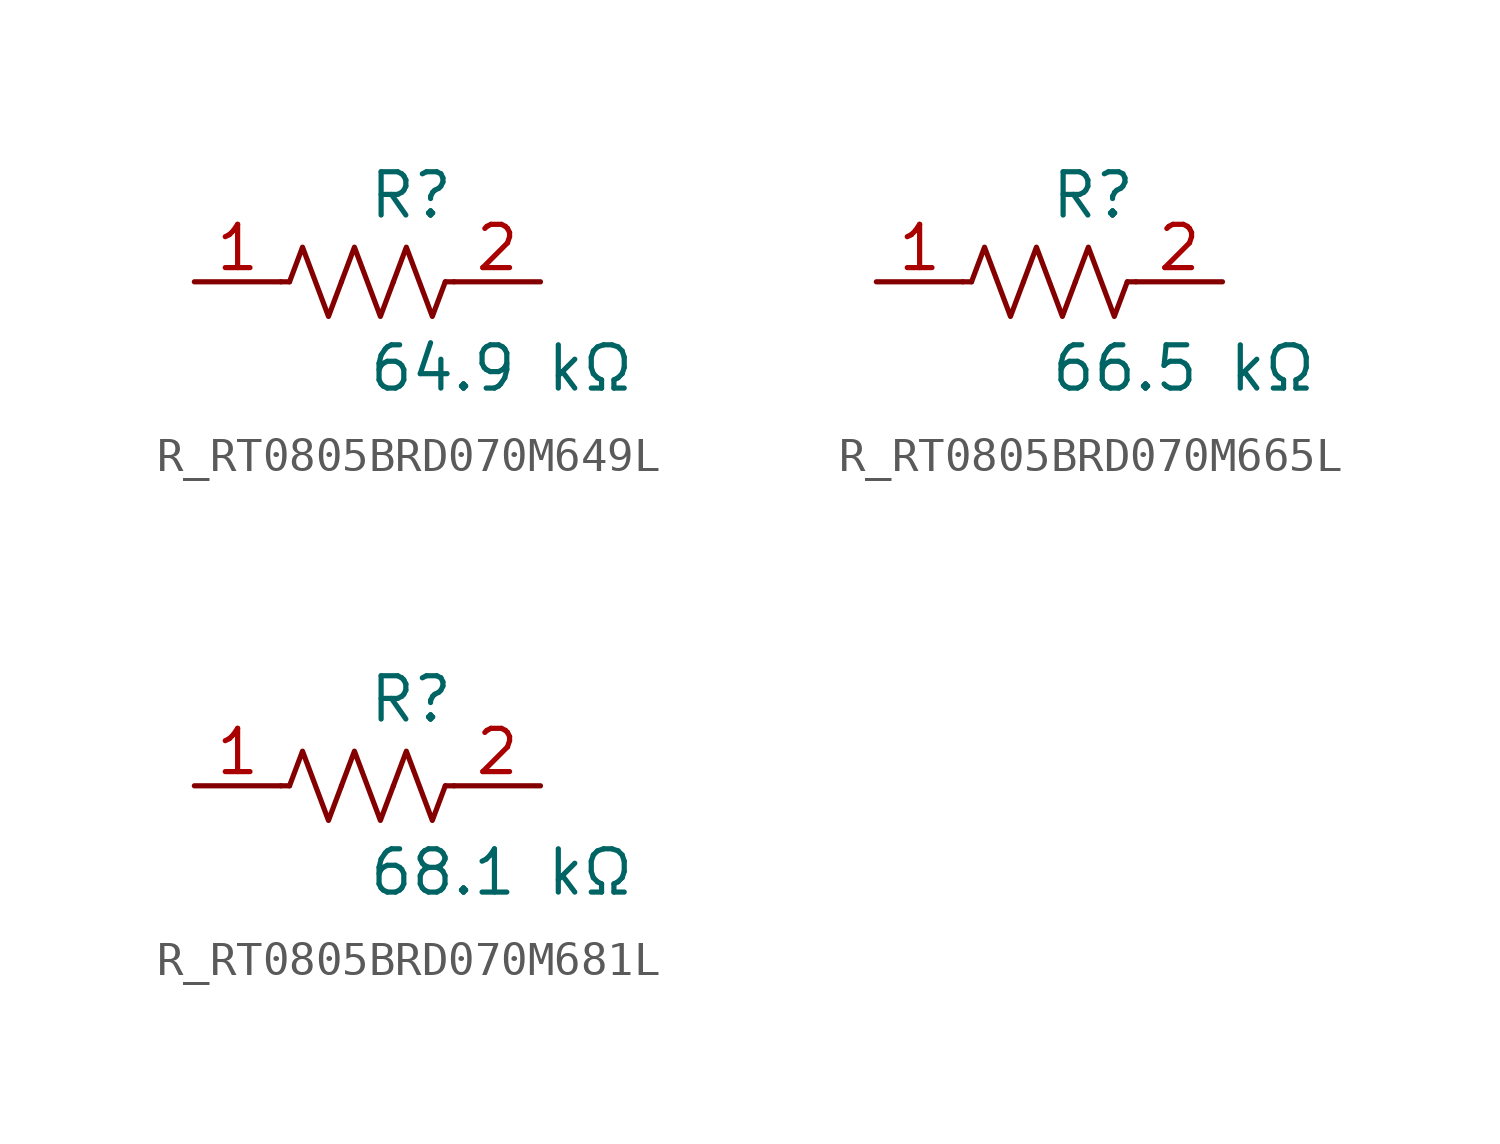
<source format=kicad_sym>
(kicad_symbol_lib
  (version 20231120)
  (generator kicad_symbol_editor)
  (generator_version 8.0)
  (symbol "R_RT0805BRD070M649L"
    (pin_names
      (offset 0.254))
    (property "Reference" "R"
      (at 0.0 2.54 0)
      (effects (font (size 1.27 1.27)) (justify left)))
    (property "Value" "64.9 kΩ"
      (at 0.0 -2.54 0)
      (effects (font (size 1.27 1.27)) (justify left)))
    (symbol "R_RT0805BRD070M649L_0_1"
      (polyline (pts (xy 2.286 0) (xy 2.54 0)) (stroke (width 0) (type default)) (fill (type none)))
      (polyline (pts (xy -2.286 0) (xy -2.54 0)) (stroke (width 0) (type default)) (fill (type none)))
      (polyline (pts (xy 0.762 0) (xy 1.143 1.016) (xy 1.524 0) (xy 1.905 -1.016) (xy 2.286 0)) (stroke (width 0) (type default)) (fill (type none)))
      (polyline (pts (xy -0.762 0) (xy -0.381 1.016) (xy 0 0) (xy 0.381 -1.016) (xy 0.762 0)) (stroke (width 0) (type default)) (fill (type none)))
      (polyline (pts (xy -2.286 0) (xy -1.905 1.016) (xy -1.524 0) (xy -1.143 -1.016) (xy -0.762 0)) (stroke (width 0) (type default)) (fill (type none))))
    (pin unspecified line
      (at -5.08 0 0)
      (length 2.54)
      (name "" (effects (font (size 1.27 1.27))))
      (number "1" (effects (font (size 1.27 1.27)))))
    (pin unspecified line
      (at 5.08 0 180)
      (length 2.54)
      (name "" (effects (font (size 1.27 1.27))))
      (number "2" (effects (font (size 1.27 1.27))))))
  (symbol "R_RT0805BRD070M665L"
    (pin_names
      (offset 0.254))
    (property "Reference" "R"
      (at 0.0 2.54 0)
      (effects (font (size 1.27 1.27)) (justify left)))
    (property "Value" "66.5 kΩ"
      (at 0.0 -2.54 0)
      (effects (font (size 1.27 1.27)) (justify left)))
    (symbol "R_RT0805BRD070M665L_0_1"
      (polyline (pts (xy 2.286 0) (xy 2.54 0)) (stroke (width 0) (type default)) (fill (type none)))
      (polyline (pts (xy -2.286 0) (xy -2.54 0)) (stroke (width 0) (type default)) (fill (type none)))
      (polyline (pts (xy 0.762 0) (xy 1.143 1.016) (xy 1.524 0) (xy 1.905 -1.016) (xy 2.286 0)) (stroke (width 0) (type default)) (fill (type none)))
      (polyline (pts (xy -0.762 0) (xy -0.381 1.016) (xy 0 0) (xy 0.381 -1.016) (xy 0.762 0)) (stroke (width 0) (type default)) (fill (type none)))
      (polyline (pts (xy -2.286 0) (xy -1.905 1.016) (xy -1.524 0) (xy -1.143 -1.016) (xy -0.762 0)) (stroke (width 0) (type default)) (fill (type none))))
    (pin unspecified line
      (at -5.08 0 0)
      (length 2.54)
      (name "" (effects (font (size 1.27 1.27))))
      (number "1" (effects (font (size 1.27 1.27)))))
    (pin unspecified line
      (at 5.08 0 180)
      (length 2.54)
      (name "" (effects (font (size 1.27 1.27))))
      (number "2" (effects (font (size 1.27 1.27))))))
  (symbol "R_RT0805BRD070M681L"
    (pin_names
      (offset 0.254))
    (property "Reference" "R"
      (at 0.0 2.54 0)
      (effects (font (size 1.27 1.27)) (justify left)))
    (property "Value" "68.1 kΩ"
      (at 0.0 -2.54 0)
      (effects (font (size 1.27 1.27)) (justify left)))
    (symbol "R_RT0805BRD070M681L_0_1"
      (polyline (pts (xy 2.286 0) (xy 2.54 0)) (stroke (width 0) (type default)) (fill (type none)))
      (polyline (pts (xy -2.286 0) (xy -2.54 0)) (stroke (width 0) (type default)) (fill (type none)))
      (polyline (pts (xy 0.762 0) (xy 1.143 1.016) (xy 1.524 0) (xy 1.905 -1.016) (xy 2.286 0)) (stroke (width 0) (type default)) (fill (type none)))
      (polyline (pts (xy -0.762 0) (xy -0.381 1.016) (xy 0 0) (xy 0.381 -1.016) (xy 0.762 0)) (stroke (width 0) (type default)) (fill (type none)))
      (polyline (pts (xy -2.286 0) (xy -1.905 1.016) (xy -1.524 0) (xy -1.143 -1.016) (xy -0.762 0)) (stroke (width 0) (type default)) (fill (type none))))
    (pin unspecified line
      (at -5.08 0 0)
      (length 2.54)
      (name "" (effects (font (size 1.27 1.27))))
      (number "1" (effects (font (size 1.27 1.27)))))
    (pin unspecified line
      (at 5.08 0 180)
      (length 2.54)
      (name "" (effects (font (size 1.27 1.27))))
      (number "2" (effects (font (size 1.27 1.27)))))))
</source>
